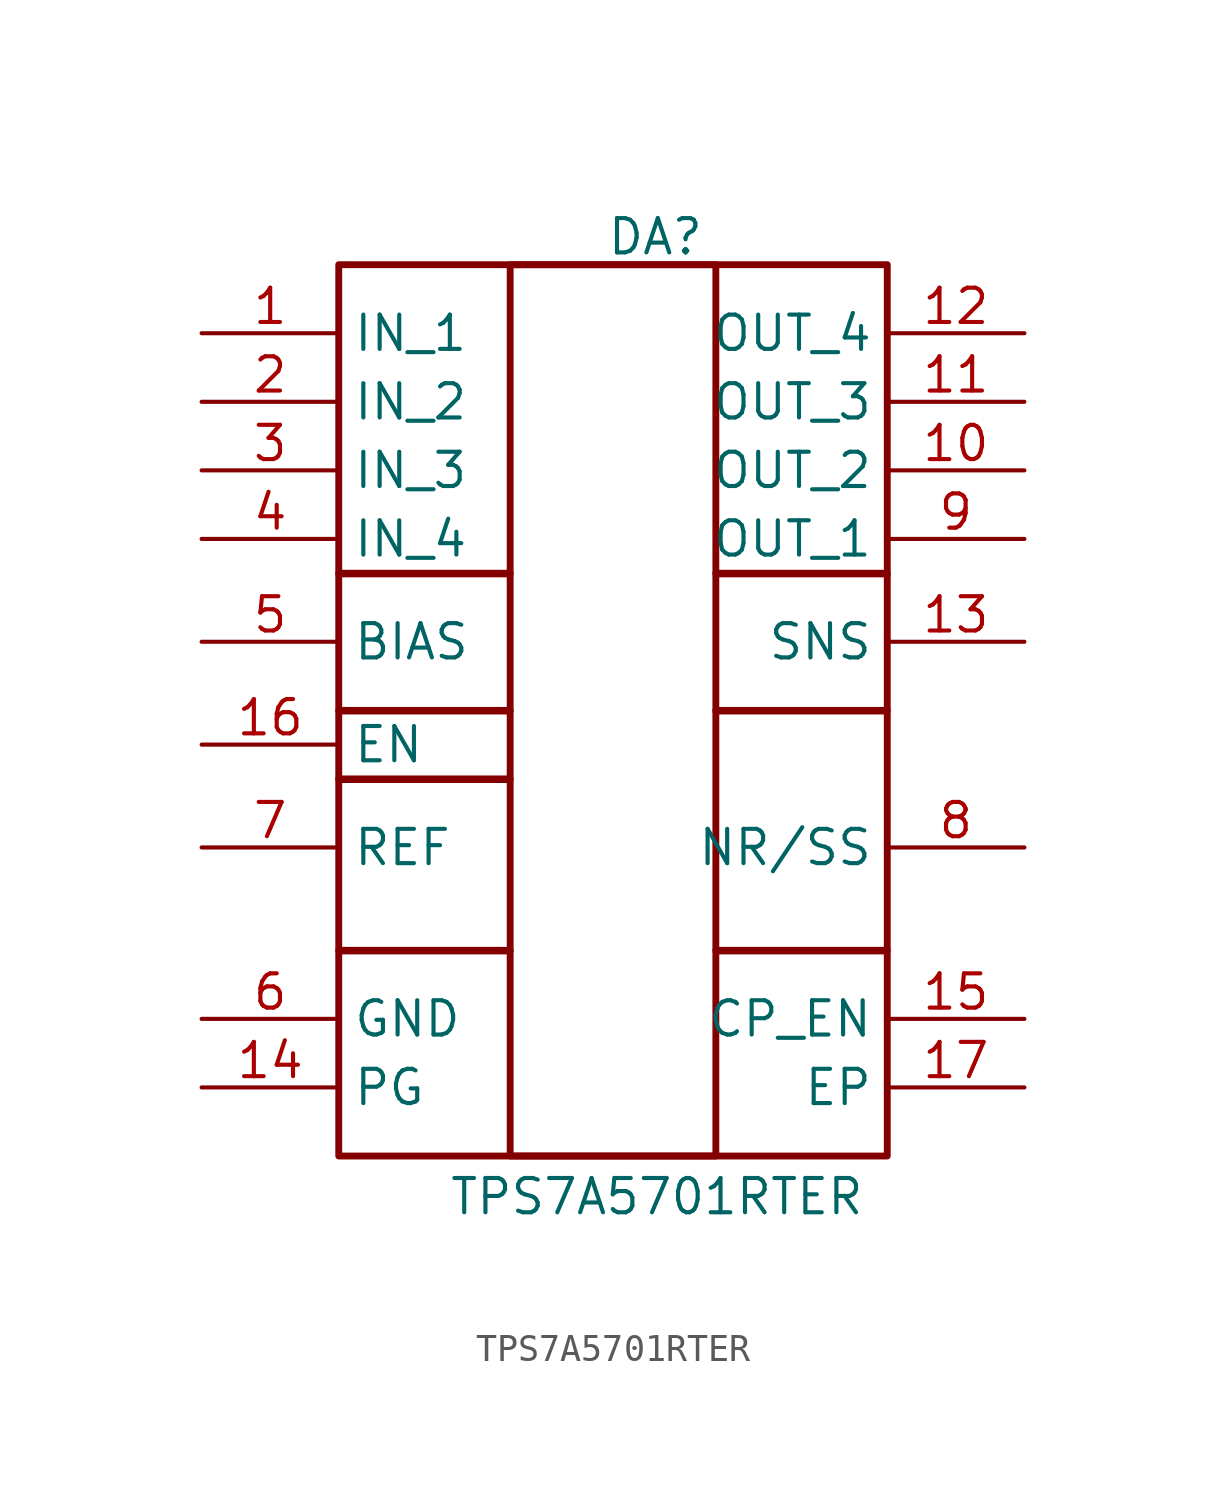
<source format=kicad_sym>
(kicad_symbol_lib
  (version 20241209)
  (generator "kicad_symbol_editor")
  (generator_version "9.0")
  (symbol "TPS7A5701RTER"
    (property "Reference" "DA"
      (at 14.986 14.478 0)
      (effects (font (size 1.27 1.27)) (justify left top)))
    (property "Value" "TPS7A5701RTER"
      (at 9.144 -21.082 0)
      (effects (font (size 1.27 1.27)) (justify left top)))
    (symbol "TPS7A5701RTER_1_1"
      (rectangle (start 5.08 12.7) (end 25.4 -20.32) (stroke (width 0.254) (type solid)) (fill (type none)))
      (rectangle (start 5.08 1.27) (end 11.43 1.245) (stroke (width 0.254) (type solid)) (fill (type none)))
      (rectangle (start 5.08 -3.81) (end 11.43 -3.835) (stroke (width 0.254) (type solid)) (fill (type none)))
      (rectangle (start 5.08 -6.35) (end 11.43 -6.375) (stroke (width 0.254) (type solid)) (fill (type none)))
      (rectangle (start 5.08 -12.7) (end 11.43 -12.725) (stroke (width 0.254) (type solid)) (fill (type none)))
      (rectangle (start 11.43 12.7) (end 19.05 -20.32) (stroke (width 0.254) (type solid)) (fill (type none)))
      (rectangle (start 19.05 1.27) (end 25.4 1.245) (stroke (width 0.254) (type solid)) (fill (type none)))
      (rectangle (start 19.05 -3.81) (end 25.4 -3.835) (stroke (width 0.254) (type solid)) (fill (type none)))
      (rectangle (start 19.05 -12.7) (end 25.4 -12.725) (stroke (width 0.254) (type solid)) (fill (type none)))
      (pin passive line (at 0 10.16 0) (length 5.08) (name "IN_1" (effects (font (size 1.27 1.27)))) (number "1" (effects (font (size 1.27 1.27)))))
      (pin passive line (at 0 7.62 0) (length 5.08) (name "IN_2" (effects (font (size 1.27 1.27)))) (number "2" (effects (font (size 1.27 1.27)))))
      (pin passive line (at 0 5.08 0) (length 5.08) (name "IN_3" (effects (font (size 1.27 1.27)))) (number "3" (effects (font (size 1.27 1.27)))))
      (pin passive line (at 0 2.54 0) (length 5.08) (name "IN_4" (effects (font (size 1.27 1.27)))) (number "4" (effects (font (size 1.27 1.27)))))
      (pin passive line (at 0 -1.27 0) (length 5.08) (name "BIAS" (effects (font (size 1.27 1.27)))) (number "5" (effects (font (size 1.27 1.27)))))
      (pin passive line (at 0 -5.08 0) (length 5.08) (name "EN" (effects (font (size 1.27 1.27)))) (number "16" (effects (font (size 1.27 1.27)))))
      (pin passive line (at 0 -8.89 0) (length 5.08) (name "REF" (effects (font (size 1.27 1.27)))) (number "7" (effects (font (size 1.27 1.27)))))
      (pin passive line (at 0 -15.24 0) (length 5.08) (name "GND" (effects (font (size 1.27 1.27)))) (number "6" (effects (font (size 1.27 1.27)))))
      (pin passive line (at 0 -17.78 0) (length 5.08) (name "PG" (effects (font (size 1.27 1.27)))) (number "14" (effects (font (size 1.27 1.27)))))
      (pin passive line (at 30.48 10.16 180) (length 5.08) (name "OUT_4" (effects (font (size 1.27 1.27)))) (number "12" (effects (font (size 1.27 1.27)))))
      (pin passive line (at 30.48 7.62 180) (length 5.08) (name "OUT_3" (effects (font (size 1.27 1.27)))) (number "11" (effects (font (size 1.27 1.27)))))
      (pin passive line (at 30.48 5.08 180) (length 5.08) (name "OUT_2" (effects (font (size 1.27 1.27)))) (number "10" (effects (font (size 1.27 1.27)))))
      (pin passive line (at 30.48 2.54 180) (length 5.08) (name "OUT_1" (effects (font (size 1.27 1.27)))) (number "9" (effects (font (size 1.27 1.27)))))
      (pin passive line (at 30.48 -1.27 180) (length 5.08) (name "SNS" (effects (font (size 1.27 1.27)))) (number "13" (effects (font (size 1.27 1.27)))))
      (pin passive line (at 30.48 -8.89 180) (length 5.08) (name "NR/SS" (effects (font (size 1.27 1.27)))) (number "8" (effects (font (size 1.27 1.27)))))
      (pin passive line (at 30.48 -15.24 180) (length 5.08) (name "CP_EN" (effects (font (size 1.27 1.27)))) (number "15" (effects (font (size 1.27 1.27)))))
      (pin passive line (at 30.48 -17.78 180) (length 5.08) (name "EP" (effects (font (size 1.27 1.27)))) (number "17" (effects (font (size 1.27 1.27))))))))
</source>
